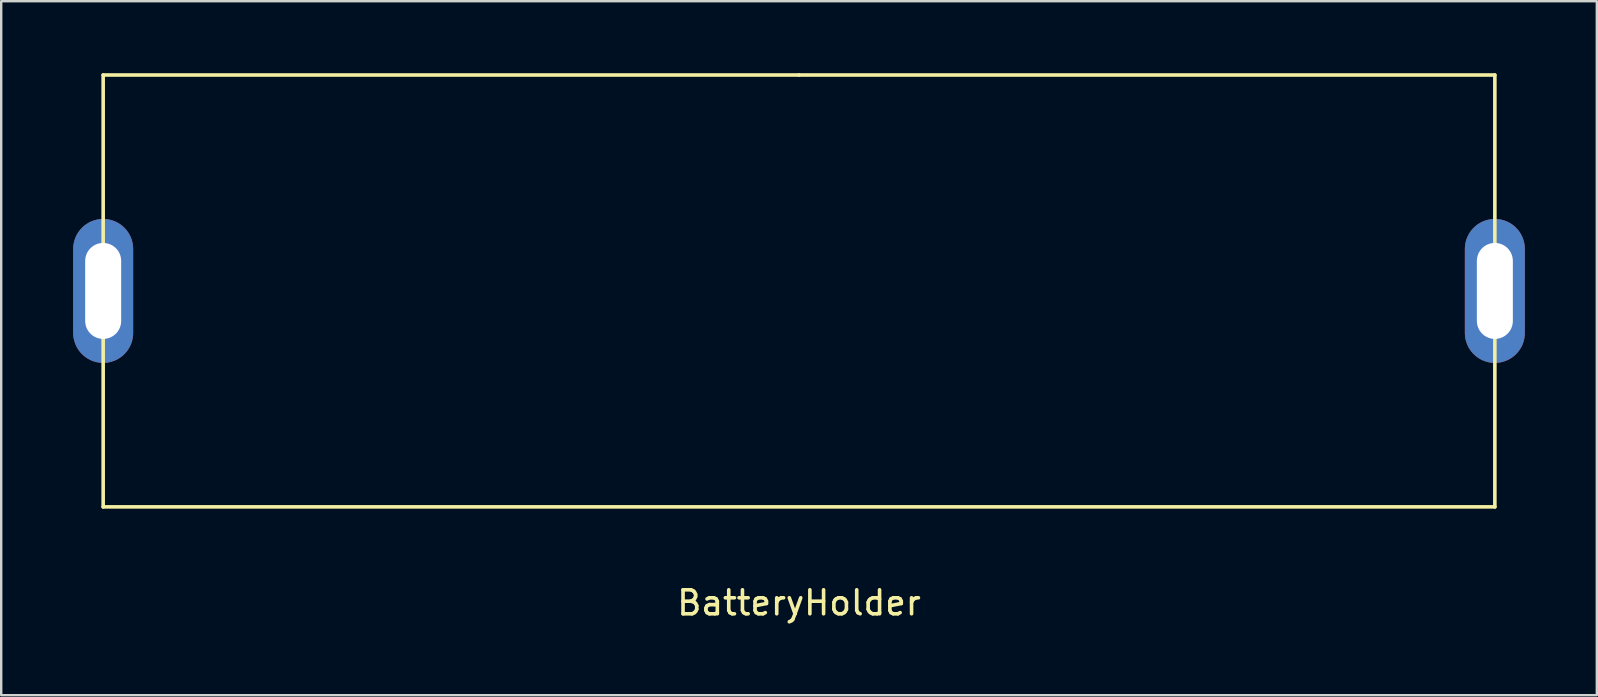
<source format=kicad_pcb>
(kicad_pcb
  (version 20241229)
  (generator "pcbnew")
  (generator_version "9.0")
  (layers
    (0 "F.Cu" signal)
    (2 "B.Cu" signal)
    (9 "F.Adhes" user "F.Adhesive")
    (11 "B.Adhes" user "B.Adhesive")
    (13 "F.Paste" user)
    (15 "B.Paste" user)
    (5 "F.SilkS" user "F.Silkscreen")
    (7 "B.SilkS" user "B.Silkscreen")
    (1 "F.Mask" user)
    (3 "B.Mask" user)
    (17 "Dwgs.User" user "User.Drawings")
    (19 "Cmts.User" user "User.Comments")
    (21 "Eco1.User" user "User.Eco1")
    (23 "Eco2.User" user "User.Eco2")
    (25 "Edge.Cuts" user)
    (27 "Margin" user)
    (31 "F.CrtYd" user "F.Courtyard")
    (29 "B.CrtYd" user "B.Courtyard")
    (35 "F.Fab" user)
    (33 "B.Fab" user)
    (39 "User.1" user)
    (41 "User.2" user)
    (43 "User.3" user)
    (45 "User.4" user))
  (footprint "BatteryHolder"
    (layer "F.Cu")
    (at 30.25 9.075)
    (property "Reference" "BatteryHolder" (at 0 13 0) (layer "F.SilkS") (effects (font (size 1 1) (thickness 0.15))))
    (attr through_hole)
    (fp_line (start -29 -9) (end 0 -9) (stroke (width 0.15) (type solid)) (layer "F.SilkS"))
    (fp_line (start -29 9) (end -29 -9) (stroke (width 0.15) (type solid)) (layer "F.SilkS"))
    (fp_line (start 0 -9) (end 29 -9) (stroke (width 0.15) (type solid)) (layer "F.SilkS"))
    (fp_line (start 29 -9) (end 29 9) (stroke (width 0.15) (type solid)) (layer "F.SilkS"))
    (fp_line (start 29 9) (end -29 9) (stroke (width 0.15) (type solid)) (layer "F.SilkS"))
    (pad "1" thru_hole oval (at 29 0) (size 2.5 6) (drill oval 1.5 4) (layers "*.Cu" "*.Mask"))
    (pad "2" thru_hole oval (at -29 0) (size 2.5 6) (drill oval 1.5 4) (layers "*.Cu" "*.Mask")))
  (gr_rect
    (start -3 -3)
    (end 63.5 25.923)
    (stroke (width 0.1) (type default))
    (fill no)
    (layer "Edge.Cuts")))
</source>
